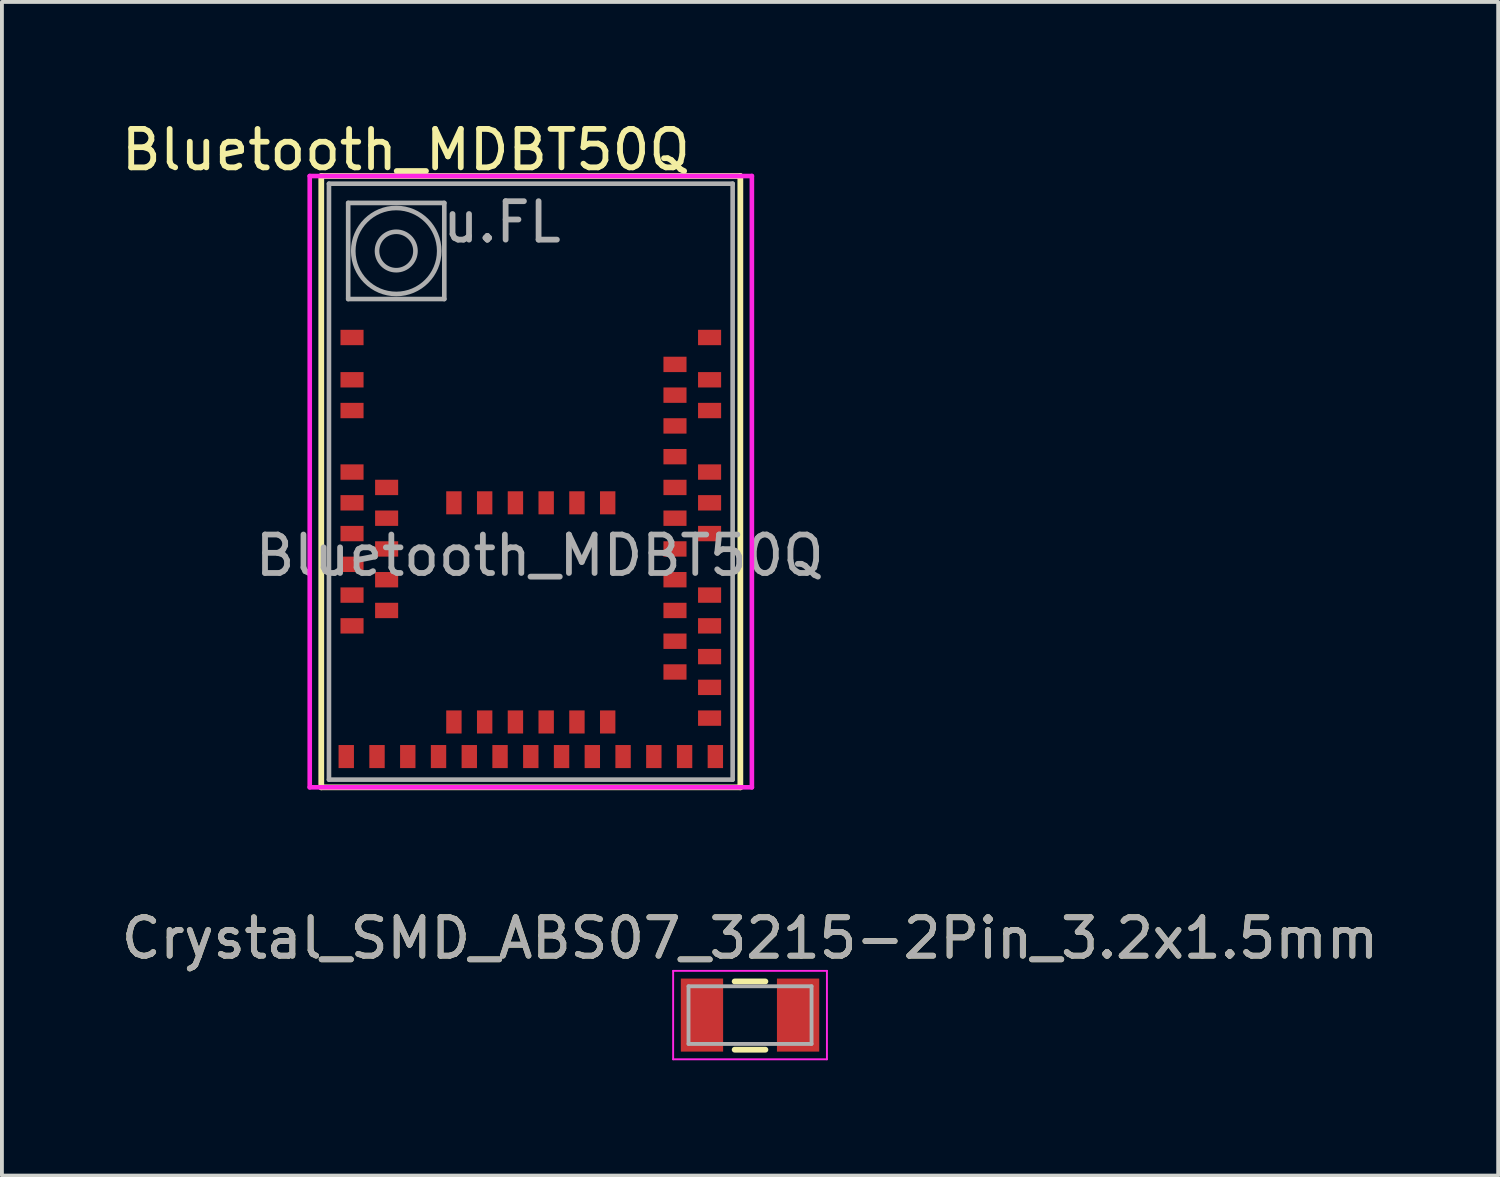
<source format=kicad_pcb>
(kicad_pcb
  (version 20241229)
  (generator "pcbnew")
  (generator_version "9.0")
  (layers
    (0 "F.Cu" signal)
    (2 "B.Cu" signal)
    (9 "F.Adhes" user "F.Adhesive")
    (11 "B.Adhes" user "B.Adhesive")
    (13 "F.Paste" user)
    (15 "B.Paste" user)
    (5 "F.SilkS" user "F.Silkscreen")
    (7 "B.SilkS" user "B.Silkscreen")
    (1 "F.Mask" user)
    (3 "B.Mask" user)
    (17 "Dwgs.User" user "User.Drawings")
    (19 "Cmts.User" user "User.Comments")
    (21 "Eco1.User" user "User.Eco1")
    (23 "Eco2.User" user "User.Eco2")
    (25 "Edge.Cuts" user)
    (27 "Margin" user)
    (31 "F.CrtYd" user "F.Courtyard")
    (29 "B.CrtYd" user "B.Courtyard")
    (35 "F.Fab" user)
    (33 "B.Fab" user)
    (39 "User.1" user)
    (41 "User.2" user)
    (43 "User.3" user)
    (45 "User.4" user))
  (footprint "Bluetooth_MDBT50Q"
    (layer "F.Cu")
    (at 5.506 17.228)
    (property "Reference" "Bluetooth_MDBT50Q" (at 2 -16.38 0) (layer "F.SilkS") (effects (font (size 1 1) (thickness 0.15))))
    (attr smd)
    (fp_line (start -0.2 -15.7) (end 10.7 -15.7) (stroke (width 0.15) (type solid)) (layer "F.SilkS"))
    (fp_line (start -0.2 0.2) (end -0.2 -15.7) (stroke (width 0.15) (type solid)) (layer "F.SilkS"))
    (fp_line (start 10.7 -15.7) (end 10.7 0.2) (stroke (width 0.15) (type solid)) (layer "F.SilkS"))
    (fp_line (start 10.7 0.2) (end -0.2 0.2) (stroke (width 0.15) (type solid)) (layer "F.SilkS"))
    (fp_line (start -1 -15.5) (end -1 -11.7) (stroke (width 0.12) (type solid)) (layer "Eco2.User"))
    (fp_line (start -1 -11.7) (end 11.5 -15.5) (stroke (width 0.12) (type solid)) (layer "Eco2.User"))
    (fp_line (start -1 -11.7) (end 11.5 -11.7) (stroke (width 0.12) (type solid)) (layer "Eco2.User"))
    (fp_line (start 2.95 -11.7) (end 2.95 -10.5) (stroke (width 0.12) (type solid)) (layer "Eco2.User"))
    (fp_line (start 2.95 -11.7) (end 4.5 -10.5) (stroke (width 0.12) (type solid)) (layer "Eco2.User"))
    (fp_line (start 2.95 -11.7) (end 4.55 -11.7) (stroke (width 0.12) (type solid)) (layer "Eco2.User"))
    (fp_line (start 2.95 -10.5) (end 4.55 -10.5) (stroke (width 0.12) (type solid)) (layer "Eco2.User"))
    (fp_line (start 4.55 -11.7) (end 3 -10.5) (stroke (width 0.12) (type solid)) (layer "Eco2.User"))
    (fp_line (start 4.55 -10.5) (end 4.55 -11.7) (stroke (width 0.12) (type solid)) (layer "Eco2.User"))
    (fp_line (start 11.5 -15.5) (end -1 -15.5) (stroke (width 0.12) (type solid)) (layer "Eco2.User"))
    (fp_line (start 11.5 -11.7) (end -1 -15.5) (stroke (width 0.12) (type solid)) (layer "Eco2.User"))
    (fp_line (start 11.5 -11.7) (end 11.5 -15.5) (stroke (width 0.12) (type solid)) (layer "Eco2.User"))
    (fp_line (start -0.5 -15.7) (end -0.5 0.2) (stroke (width 0.12) (type solid)) (layer "F.CrtYd"))
    (fp_line (start -0.5 -15.7) (end 11 -15.7) (stroke (width 0.12) (type solid)) (layer "F.CrtYd"))
    (fp_line (start 11 -15.7) (end 11 0.2) (stroke (width 0.12) (type solid)) (layer "F.CrtYd"))
    (fp_line (start 11 0.2) (end -0.5 0.2) (stroke (width 0.12) (type solid)) (layer "F.CrtYd"))
    (fp_line (start 0 -15.5) (end 0 0) (stroke (width 0.12) (type solid)) (layer "F.Fab"))
    (fp_line (start 0 -15.5) (end 10.5 -15.5) (stroke (width 0.12) (type solid)) (layer "F.Fab"))
    (fp_line (start 0 0) (end 10.5 0) (stroke (width 0.12) (type solid)) (layer "F.Fab"))
    (fp_line (start 0.5 -15) (end 0.5 -12.5) (stroke (width 0.12) (type solid)) (layer "F.Fab"))
    (fp_line (start 0.5 -12.5) (end 3 -12.5) (stroke (width 0.12) (type solid)) (layer "F.Fab"))
    (fp_line (start 3 -15) (end 0.5 -15) (stroke (width 0.12) (type solid)) (layer "F.Fab"))
    (fp_line (start 3 -12.5) (end 3 -15) (stroke (width 0.12) (type solid)) (layer "F.Fab"))
    (fp_line (start 10.5 0) (end 10.5 -15.5) (stroke (width 0.12) (type solid)) (layer "F.Fab"))
    (fp_circle (center 1.75 -13.75) (end 2.25 -13.75) (stroke (width 0.12) (type solid)) (fill no) (layer "F.Fab"))
    (fp_circle (center 1.75 -13.75) (end 2.868 -13.75) (stroke (width 0.12) (type solid)) (fill no) (layer "F.Fab"))
    (fp_text user "NO GND" (at 5 -16.3 0) (layer "Eco2.User") (effects (font (size 1 1) (thickness 0.15))))
    (fp_text user "u.FL" (at 4.5 -14.5 0) (layer "F.Fab") (effects (font (size 1 1) (thickness 0.15))))
    (fp_text user "${REFERENCE}" (at 5.48 -5.83 0) (layer "F.Fab") (effects (font (size 1 1) (thickness 0.15))))
    (pad "1" smd rect (at 0.6 -11.5 90) (size 0.4 0.6) (layers "F.Cu" "F.Mask" "F.Paste"))
    (pad "2" smd rect (at 0.6 -10.4 90) (size 0.4 0.6) (layers "F.Cu" "F.Mask" "F.Paste"))
    (pad "3" smd rect (at 0.6 -9.6 90) (size 0.4 0.6) (layers "F.Cu" "F.Mask" "F.Paste"))
    (pad "4" smd rect (at 0.6 -8 90) (size 0.4 0.6) (layers "F.Cu" "F.Mask" "F.Paste"))
    (pad "5" smd rect (at 1.5 -7.6 90) (size 0.4 0.6) (layers "F.Cu" "F.Mask" "F.Paste"))
    (pad "6" smd rect (at 0.6 -7.2 90) (size 0.4 0.6) (layers "F.Cu" "F.Mask" "F.Paste"))
    (pad "7" smd rect (at 1.5 -6.8 90) (size 0.4 0.6) (layers "F.Cu" "F.Mask" "F.Paste"))
    (pad "8" smd rect (at 0.6 -6.4 90) (size 0.4 0.6) (layers "F.Cu" "F.Mask" "F.Paste"))
    (pad "9" smd rect (at 1.5 -6 90) (size 0.4 0.6) (layers "F.Cu" "F.Mask" "F.Paste"))
    (pad "10" smd rect (at 0.6 -5.6 90) (size 0.4 0.6) (layers "F.Cu" "F.Mask" "F.Paste"))
    (pad "11" smd rect (at 1.5 -5.2 90) (size 0.4 0.6) (layers "F.Cu" "F.Mask" "F.Paste"))
    (pad "12" smd rect (at 0.6 -4.8 90) (size 0.4 0.6) (layers "F.Cu" "F.Mask" "F.Paste"))
    (pad "13" smd rect (at 1.5 -4.4 90) (size 0.4 0.6) (layers "F.Cu" "F.Mask" "F.Paste"))
    (pad "14" smd rect (at 0.6 -4 90) (size 0.4 0.6) (layers "F.Cu" "F.Mask" "F.Paste"))
    (pad "15" smd rect (at 0.45 -0.6) (size 0.4 0.6) (layers "F.Cu" "F.Mask" "F.Paste"))
    (pad "16" smd rect (at 1.25 -0.6) (size 0.4 0.6) (layers "F.Cu" "F.Mask" "F.Paste"))
    (pad "17" smd rect (at 2.05 -0.6) (size 0.4 0.6) (layers "F.Cu" "F.Mask" "F.Paste"))
    (pad "18" smd rect (at 2.85 -0.6) (size 0.4 0.6) (layers "F.Cu" "F.Mask" "F.Paste"))
    (pad "19" smd rect (at 3.25 -1.5) (size 0.4 0.6) (layers "F.Cu" "F.Mask" "F.Paste"))
    (pad "20" smd rect (at 3.65 -0.6) (size 0.4 0.6) (layers "F.Cu" "F.Mask" "F.Paste"))
    (pad "21" smd rect (at 4.05 -1.5) (size 0.4 0.6) (layers "F.Cu" "F.Mask" "F.Paste"))
    (pad "22" smd rect (at 4.45 -0.6) (size 0.4 0.6) (layers "F.Cu" "F.Mask" "F.Paste"))
    (pad "23" smd rect (at 4.85 -1.5) (size 0.4 0.6) (layers "F.Cu" "F.Mask" "F.Paste"))
    (pad "24" smd rect (at 5.25 -0.6) (size 0.4 0.6) (layers "F.Cu" "F.Mask" "F.Paste"))
    (pad "25" smd rect (at 5.65 -1.5) (size 0.4 0.6) (layers "F.Cu" "F.Mask" "F.Paste"))
    (pad "26" smd rect (at 6.05 -0.6) (size 0.4 0.6) (layers "F.Cu" "F.Mask" "F.Paste"))
    (pad "27" smd rect (at 6.45 -1.5) (size 0.4 0.6) (layers "F.Cu" "F.Mask" "F.Paste"))
    (pad "28" smd rect (at 6.85 -0.6) (size 0.4 0.6) (layers "F.Cu" "F.Mask" "F.Paste"))
    (pad "29" smd rect (at 7.25 -1.5) (size 0.4 0.6) (layers "F.Cu" "F.Mask" "F.Paste"))
    (pad "30" smd rect (at 7.65 -0.6) (size 0.4 0.6) (layers "F.Cu" "F.Mask" "F.Paste"))
    (pad "31" smd rect (at 8.45 -0.6) (size 0.4 0.6) (layers "F.Cu" "F.Mask" "F.Paste"))
    (pad "32" smd rect (at 9.25 -0.6) (size 0.4 0.6) (layers "F.Cu" "F.Mask" "F.Paste"))
    (pad "33" smd rect (at 10.05 -0.6) (size 0.4 0.6) (layers "F.Cu" "F.Mask" "F.Paste"))
    (pad "34" smd rect (at 9.9 -1.6 90) (size 0.4 0.6) (layers "F.Cu" "F.Mask" "F.Paste"))
    (pad "35" smd rect (at 9.9 -2.4 90) (size 0.4 0.6) (layers "F.Cu" "F.Mask" "F.Paste"))
    (pad "36" smd rect (at 9 -2.8 90) (size 0.4 0.6) (layers "F.Cu" "F.Mask" "F.Paste"))
    (pad "37" smd rect (at 9.9 -3.2 90) (size 0.4 0.6) (layers "F.Cu" "F.Mask" "F.Paste"))
    (pad "38" smd rect (at 9 -3.6 90) (size 0.4 0.6) (layers "F.Cu" "F.Mask" "F.Paste"))
    (pad "39" smd rect (at 9.9 -4 90) (size 0.4 0.6) (layers "F.Cu" "F.Mask" "F.Paste"))
    (pad "40" smd rect (at 9 -4.4 90) (size 0.4 0.6) (layers "F.Cu" "F.Mask" "F.Paste"))
    (pad "41" smd rect (at 9.9 -4.8 90) (size 0.4 0.6) (layers "F.Cu" "F.Mask" "F.Paste"))
    (pad "42" smd rect (at 9 -5.2 90) (size 0.4 0.6) (layers "F.Cu" "F.Mask" "F.Paste"))
    (pad "43" smd rect (at 9 -6 90) (size 0.4 0.6) (layers "F.Cu" "F.Mask" "F.Paste"))
    (pad "44" smd rect (at 9.9 -6.4 90) (size 0.4 0.6) (layers "F.Cu" "F.Mask" "F.Paste"))
    (pad "45" smd rect (at 9 -6.8 90) (size 0.4 0.6) (layers "F.Cu" "F.Mask" "F.Paste"))
    (pad "46" smd rect (at 9.9 -7.2 90) (size 0.4 0.6) (layers "F.Cu" "F.Mask" "F.Paste"))
    (pad "47" smd rect (at 9 -7.6 90) (size 0.4 0.6) (layers "F.Cu" "F.Mask" "F.Paste"))
    (pad "48" smd rect (at 9.9 -8 90) (size 0.4 0.6) (layers "F.Cu" "F.Mask" "F.Paste"))
    (pad "49" smd rect (at 9 -8.4 90) (size 0.4 0.6) (layers "F.Cu" "F.Mask" "F.Paste"))
    (pad "50" smd rect (at 9 -9.2 90) (size 0.4 0.6) (layers "F.Cu" "F.Mask" "F.Paste"))
    (pad "51" smd rect (at 9.9 -9.6 90) (size 0.4 0.6) (layers "F.Cu" "F.Mask" "F.Paste"))
    (pad "52" smd rect (at 9 -10 90) (size 0.4 0.6) (layers "F.Cu" "F.Mask" "F.Paste"))
    (pad "53" smd rect (at 9.9 -10.4 90) (size 0.4 0.6) (layers "F.Cu" "F.Mask" "F.Paste"))
    (pad "54" smd rect (at 9 -10.8 90) (size 0.4 0.6) (layers "F.Cu" "F.Mask" "F.Paste"))
    (pad "55" smd rect (at 9.9 -11.5 90) (size 0.4 0.6) (layers "F.Cu" "F.Mask" "F.Paste"))
    (pad "56" smd rect (at 3.25 -7.2) (size 0.4 0.6) (layers "F.Cu" "F.Mask" "F.Paste"))
    (pad "57" smd rect (at 4.05 -7.2) (size 0.4 0.6) (layers "F.Cu" "F.Mask" "F.Paste"))
    (pad "58" smd rect (at 4.85 -7.2) (size 0.4 0.6) (layers "F.Cu" "F.Mask" "F.Paste"))
    (pad "59" smd rect (at 5.65 -7.2) (size 0.4 0.6) (layers "F.Cu" "F.Mask" "F.Paste"))
    (pad "60" smd rect (at 6.45 -7.2) (size 0.4 0.6) (layers "F.Cu" "F.Mask" "F.Paste"))
    (pad "61" smd rect (at 7.25 -7.2) (size 0.4 0.6) (layers "F.Cu" "F.Mask" "F.Paste")))
  (footprint "Crystal_SMD_ABS07_3215-2Pin_3.2x1.5mm"
    (layer "F.Cu")
    (at 16.458 23.352)
    (property "Reference" "Crystal_SMD_ABS07_3215-2Pin_3.2x1.5mm" (at 0 -2 0) (layer "F.SilkS") (effects (font (size 1 1) (thickness 0.15))))
    (attr smd)
    (fp_line (start -0.4 -0.875) (end 0.4 -0.875) (stroke (width 0.15) (type solid)) (layer "F.SilkS"))
    (fp_line (start -0.4 0.9) (end 0.4 0.9) (stroke (width 0.15) (type solid)) (layer "F.SilkS"))
    (fp_line (start -2 -1.15) (end -2 1.15) (stroke (width 0.05) (type solid)) (layer "F.CrtYd"))
    (fp_line (start -2 -1.15) (end 2 -1.15) (stroke (width 0.05) (type solid)) (layer "F.CrtYd"))
    (fp_line (start -2 1.15) (end 2 1.15) (stroke (width 0.05) (type solid)) (layer "F.CrtYd"))
    (fp_line (start 2 -1.15) (end 2 1.15) (stroke (width 0.05) (type solid)) (layer "F.CrtYd"))
    (fp_line (start -1.6 -0.75) (end -1.6 0.75) (stroke (width 0.1) (type solid)) (layer "F.Fab"))
    (fp_line (start -1.6 -0.75) (end 1.6 -0.75) (stroke (width 0.1) (type solid)) (layer "F.Fab"))
    (fp_line (start -1.6 0.75) (end 1.6 0.75) (stroke (width 0.1) (type solid)) (layer "F.Fab"))
    (fp_line (start 1.6 -0.75) (end 1.6 0.75) (stroke (width 0.1) (type solid)) (layer "F.Fab"))
    (fp_text user "${REFERENCE}" (at 0 -2 0) (layer "F.Fab") (effects (font (size 1 1) (thickness 0.15))))
    (pad "1" smd rect (at 1.25 0) (size 1.1 1.9) (layers "F.Cu" "F.Mask" "F.Paste"))
    (pad "2" smd rect (at -1.25 0) (size 1.1 1.9) (layers "F.Cu" "F.Mask" "F.Paste")))
  (gr_rect
    (start -3 -3)
    (end 35.917 27.526)
    (stroke (width 0.1) (type default))
    (fill no)
    (layer "Edge.Cuts")))
</source>
